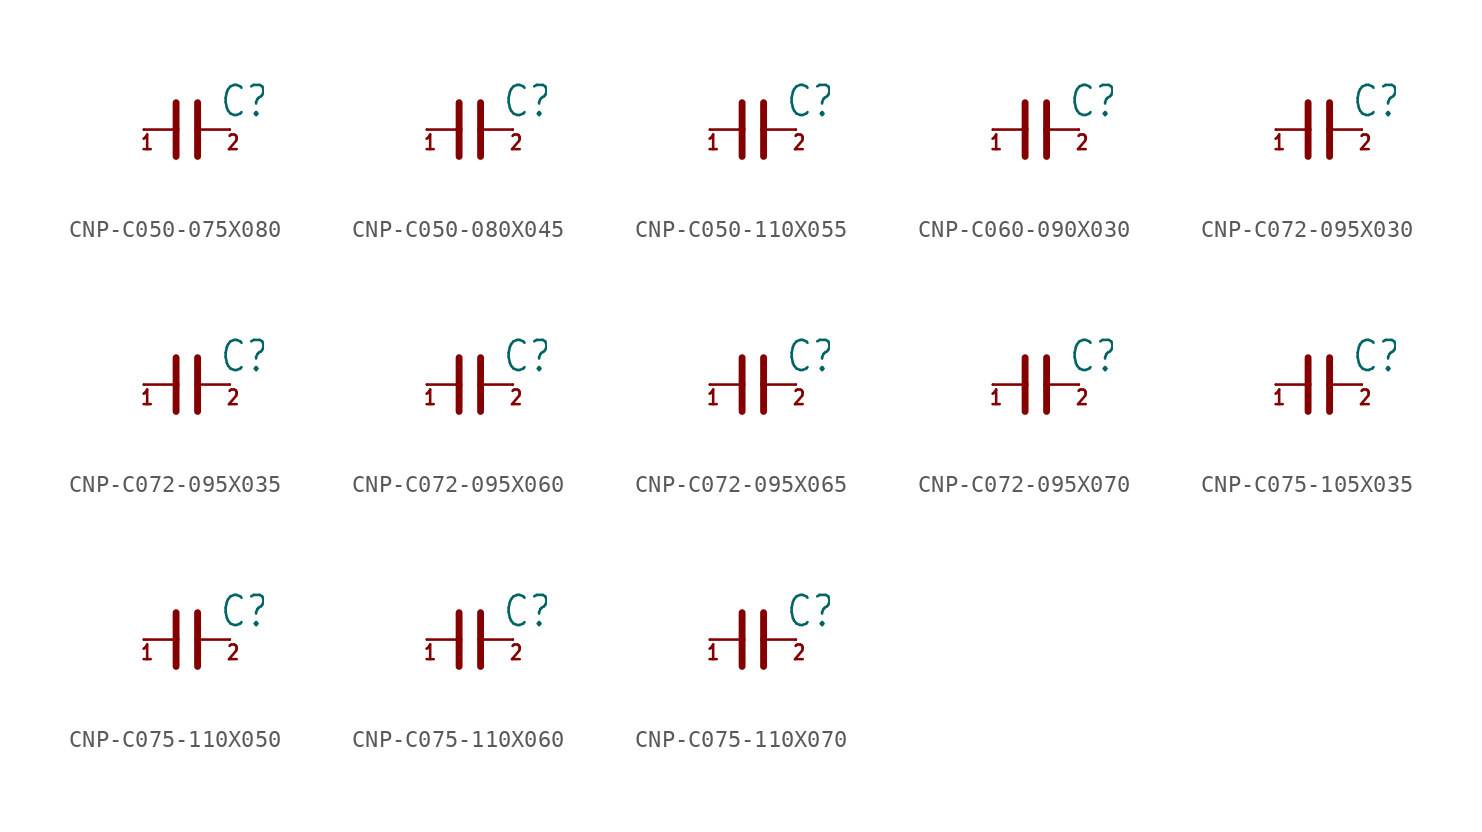
<source format=kicad_sym>
(kicad_symbol_lib
  (version 20241209)
  (generator "kicad_symbol_editor")
  (generator_version "9.0")
  (symbol "CNP-C050-075X080"
    (property "Reference" "C"
      (at 1.905 0.635 0)
      (effects (font (size 1.778 1.511)) (justify left bottom)))
    (property "Value" ""
      (at -5.08 -4.128 0)
      (effects (font (size 1.778 1.511)) (justify left bottom)))
    (property "ki_locked" ""
      (at 0 0 0)
      (effects (font (size 1.27 1.27))))
    (symbol "CNP-C050-075X080_1_0"
      (polyline (pts (xy -2.54 0) (xy -0.635 0)) (stroke (width 0.152) (type solid)) (fill (type none)))
      (polyline (pts (xy -0.635 1.587) (xy -0.635 0)) (stroke (width 0.406) (type solid)) (fill (type none)))
      (polyline (pts (xy -0.635 0) (xy -0.635 -1.587)) (stroke (width 0.406) (type solid)) (fill (type none)))
      (polyline (pts (xy 0.635 1.587) (xy 0.635 0)) (stroke (width 0.406) (type solid)) (fill (type none)))
      (polyline (pts (xy 0.635 0) (xy 0.635 -1.587)) (stroke (width 0.406) (type solid)) (fill (type none)))
      (polyline (pts (xy 2.54 0) (xy 0.635 0)) (stroke (width 0.152) (type solid)) (fill (type none)))
      (text "1" (at -2.794 -1.27 0) (effects (font (size 0.864 0.734)) (justify left bottom)))
      (text "2" (at 2.286 -1.27 0) (effects (font (size 0.864 0.734)) (justify left bottom)))
      (pin passive line (at -2.54 0 0) (length 0) (name "1" (effects (font (size 0 0)))) (number "1" (effects (font (size 0 0)))))
      (pin passive line (at 2.54 0 180) (length 0) (name "2" (effects (font (size 0 0)))) (number "2" (effects (font (size 0 0)))))))
  (symbol "CNP-C050-080X045"
    (property "Reference" "C"
      (at 1.905 0.635 0)
      (effects (font (size 1.778 1.511)) (justify left bottom)))
    (property "Value" ""
      (at -5.08 -4.128 0)
      (effects (font (size 1.778 1.511)) (justify left bottom)))
    (property "ki_locked" ""
      (at 0 0 0)
      (effects (font (size 1.27 1.27))))
    (symbol "CNP-C050-080X045_1_0"
      (polyline (pts (xy -2.54 0) (xy -0.635 0)) (stroke (width 0.152) (type solid)) (fill (type none)))
      (polyline (pts (xy -0.635 1.587) (xy -0.635 0)) (stroke (width 0.406) (type solid)) (fill (type none)))
      (polyline (pts (xy -0.635 0) (xy -0.635 -1.587)) (stroke (width 0.406) (type solid)) (fill (type none)))
      (polyline (pts (xy 0.635 1.587) (xy 0.635 0)) (stroke (width 0.406) (type solid)) (fill (type none)))
      (polyline (pts (xy 0.635 0) (xy 0.635 -1.587)) (stroke (width 0.406) (type solid)) (fill (type none)))
      (polyline (pts (xy 2.54 0) (xy 0.635 0)) (stroke (width 0.152) (type solid)) (fill (type none)))
      (text "1" (at -2.794 -1.27 0) (effects (font (size 0.864 0.734)) (justify left bottom)))
      (text "2" (at 2.286 -1.27 0) (effects (font (size 0.864 0.734)) (justify left bottom)))
      (pin passive line (at -2.54 0 0) (length 0) (name "1" (effects (font (size 0 0)))) (number "1" (effects (font (size 0 0)))))
      (pin passive line (at 2.54 0 180) (length 0) (name "2" (effects (font (size 0 0)))) (number "2" (effects (font (size 0 0)))))))
  (symbol "CNP-C050-110X055"
    (property "Reference" "C"
      (at 1.905 0.635 0)
      (effects (font (size 1.778 1.511)) (justify left bottom)))
    (property "Value" ""
      (at -5.08 -4.128 0)
      (effects (font (size 1.778 1.511)) (justify left bottom)))
    (property "ki_locked" ""
      (at 0 0 0)
      (effects (font (size 1.27 1.27))))
    (symbol "CNP-C050-110X055_1_0"
      (polyline (pts (xy -2.54 0) (xy -0.635 0)) (stroke (width 0.152) (type solid)) (fill (type none)))
      (polyline (pts (xy -0.635 1.587) (xy -0.635 0)) (stroke (width 0.406) (type solid)) (fill (type none)))
      (polyline (pts (xy -0.635 0) (xy -0.635 -1.587)) (stroke (width 0.406) (type solid)) (fill (type none)))
      (polyline (pts (xy 0.635 1.587) (xy 0.635 0)) (stroke (width 0.406) (type solid)) (fill (type none)))
      (polyline (pts (xy 0.635 0) (xy 0.635 -1.587)) (stroke (width 0.406) (type solid)) (fill (type none)))
      (polyline (pts (xy 2.54 0) (xy 0.635 0)) (stroke (width 0.152) (type solid)) (fill (type none)))
      (text "1" (at -2.794 -1.27 0) (effects (font (size 0.864 0.734)) (justify left bottom)))
      (text "2" (at 2.286 -1.27 0) (effects (font (size 0.864 0.734)) (justify left bottom)))
      (pin passive line (at -2.54 0 0) (length 0) (name "1" (effects (font (size 0 0)))) (number "1" (effects (font (size 0 0)))))
      (pin passive line (at 2.54 0 180) (length 0) (name "2" (effects (font (size 0 0)))) (number "2" (effects (font (size 0 0)))))))
  (symbol "CNP-C060-090X030"
    (property "Reference" "C"
      (at 1.905 0.635 0)
      (effects (font (size 1.778 1.511)) (justify left bottom)))
    (property "Value" ""
      (at -5.08 -4.128 0)
      (effects (font (size 1.778 1.511)) (justify left bottom)))
    (property "ki_locked" ""
      (at 0 0 0)
      (effects (font (size 1.27 1.27))))
    (symbol "CNP-C060-090X030_1_0"
      (polyline (pts (xy -2.54 0) (xy -0.635 0)) (stroke (width 0.152) (type solid)) (fill (type none)))
      (polyline (pts (xy -0.635 1.587) (xy -0.635 0)) (stroke (width 0.406) (type solid)) (fill (type none)))
      (polyline (pts (xy -0.635 0) (xy -0.635 -1.587)) (stroke (width 0.406) (type solid)) (fill (type none)))
      (polyline (pts (xy 0.635 1.587) (xy 0.635 0)) (stroke (width 0.406) (type solid)) (fill (type none)))
      (polyline (pts (xy 0.635 0) (xy 0.635 -1.587)) (stroke (width 0.406) (type solid)) (fill (type none)))
      (polyline (pts (xy 2.54 0) (xy 0.635 0)) (stroke (width 0.152) (type solid)) (fill (type none)))
      (text "1" (at -2.794 -1.27 0) (effects (font (size 0.864 0.734)) (justify left bottom)))
      (text "2" (at 2.286 -1.27 0) (effects (font (size 0.864 0.734)) (justify left bottom)))
      (pin passive line (at -2.54 0 0) (length 0) (name "1" (effects (font (size 0 0)))) (number "1" (effects (font (size 0 0)))))
      (pin passive line (at 2.54 0 180) (length 0) (name "2" (effects (font (size 0 0)))) (number "2" (effects (font (size 0 0)))))))
  (symbol "CNP-C072-095X030"
    (property "Reference" "C"
      (at 1.905 0.635 0)
      (effects (font (size 1.778 1.511)) (justify left bottom)))
    (property "Value" ""
      (at -5.08 -4.128 0)
      (effects (font (size 1.778 1.511)) (justify left bottom)))
    (property "ki_locked" ""
      (at 0 0 0)
      (effects (font (size 1.27 1.27))))
    (symbol "CNP-C072-095X030_1_0"
      (polyline (pts (xy -2.54 0) (xy -0.635 0)) (stroke (width 0.152) (type solid)) (fill (type none)))
      (polyline (pts (xy -0.635 1.587) (xy -0.635 0)) (stroke (width 0.406) (type solid)) (fill (type none)))
      (polyline (pts (xy -0.635 0) (xy -0.635 -1.587)) (stroke (width 0.406) (type solid)) (fill (type none)))
      (polyline (pts (xy 0.635 1.587) (xy 0.635 0)) (stroke (width 0.406) (type solid)) (fill (type none)))
      (polyline (pts (xy 0.635 0) (xy 0.635 -1.587)) (stroke (width 0.406) (type solid)) (fill (type none)))
      (polyline (pts (xy 2.54 0) (xy 0.635 0)) (stroke (width 0.152) (type solid)) (fill (type none)))
      (text "1" (at -2.794 -1.27 0) (effects (font (size 0.864 0.734)) (justify left bottom)))
      (text "2" (at 2.286 -1.27 0) (effects (font (size 0.864 0.734)) (justify left bottom)))
      (pin passive line (at -2.54 0 0) (length 0) (name "1" (effects (font (size 0 0)))) (number "1" (effects (font (size 0 0)))))
      (pin passive line (at 2.54 0 180) (length 0) (name "2" (effects (font (size 0 0)))) (number "2" (effects (font (size 0 0)))))))
  (symbol "CNP-C072-095X035"
    (property "Reference" "C"
      (at 1.905 0.635 0)
      (effects (font (size 1.778 1.511)) (justify left bottom)))
    (property "Value" ""
      (at -5.08 -4.128 0)
      (effects (font (size 1.778 1.511)) (justify left bottom)))
    (property "ki_locked" ""
      (at 0 0 0)
      (effects (font (size 1.27 1.27))))
    (symbol "CNP-C072-095X035_1_0"
      (polyline (pts (xy -2.54 0) (xy -0.635 0)) (stroke (width 0.152) (type solid)) (fill (type none)))
      (polyline (pts (xy -0.635 1.587) (xy -0.635 0)) (stroke (width 0.406) (type solid)) (fill (type none)))
      (polyline (pts (xy -0.635 0) (xy -0.635 -1.587)) (stroke (width 0.406) (type solid)) (fill (type none)))
      (polyline (pts (xy 0.635 1.587) (xy 0.635 0)) (stroke (width 0.406) (type solid)) (fill (type none)))
      (polyline (pts (xy 0.635 0) (xy 0.635 -1.587)) (stroke (width 0.406) (type solid)) (fill (type none)))
      (polyline (pts (xy 2.54 0) (xy 0.635 0)) (stroke (width 0.152) (type solid)) (fill (type none)))
      (text "1" (at -2.794 -1.27 0) (effects (font (size 0.864 0.734)) (justify left bottom)))
      (text "2" (at 2.286 -1.27 0) (effects (font (size 0.864 0.734)) (justify left bottom)))
      (pin passive line (at -2.54 0 0) (length 0) (name "1" (effects (font (size 0 0)))) (number "1" (effects (font (size 0 0)))))
      (pin passive line (at 2.54 0 180) (length 0) (name "2" (effects (font (size 0 0)))) (number "2" (effects (font (size 0 0)))))))
  (symbol "CNP-C072-095X060"
    (property "Reference" "C"
      (at 1.905 0.635 0)
      (effects (font (size 1.778 1.511)) (justify left bottom)))
    (property "Value" ""
      (at -5.08 -4.128 0)
      (effects (font (size 1.778 1.511)) (justify left bottom)))
    (property "ki_locked" ""
      (at 0 0 0)
      (effects (font (size 1.27 1.27))))
    (symbol "CNP-C072-095X060_1_0"
      (polyline (pts (xy -2.54 0) (xy -0.635 0)) (stroke (width 0.152) (type solid)) (fill (type none)))
      (polyline (pts (xy -0.635 1.587) (xy -0.635 0)) (stroke (width 0.406) (type solid)) (fill (type none)))
      (polyline (pts (xy -0.635 0) (xy -0.635 -1.587)) (stroke (width 0.406) (type solid)) (fill (type none)))
      (polyline (pts (xy 0.635 1.587) (xy 0.635 0)) (stroke (width 0.406) (type solid)) (fill (type none)))
      (polyline (pts (xy 0.635 0) (xy 0.635 -1.587)) (stroke (width 0.406) (type solid)) (fill (type none)))
      (polyline (pts (xy 2.54 0) (xy 0.635 0)) (stroke (width 0.152) (type solid)) (fill (type none)))
      (text "1" (at -2.794 -1.27 0) (effects (font (size 0.864 0.734)) (justify left bottom)))
      (text "2" (at 2.286 -1.27 0) (effects (font (size 0.864 0.734)) (justify left bottom)))
      (pin passive line (at -2.54 0 0) (length 0) (name "1" (effects (font (size 0 0)))) (number "1" (effects (font (size 0 0)))))
      (pin passive line (at 2.54 0 180) (length 0) (name "2" (effects (font (size 0 0)))) (number "2" (effects (font (size 0 0)))))))
  (symbol "CNP-C072-095X065"
    (property "Reference" "C"
      (at 1.905 0.635 0)
      (effects (font (size 1.778 1.511)) (justify left bottom)))
    (property "Value" ""
      (at -5.08 -4.128 0)
      (effects (font (size 1.778 1.511)) (justify left bottom)))
    (property "ki_locked" ""
      (at 0 0 0)
      (effects (font (size 1.27 1.27))))
    (symbol "CNP-C072-095X065_1_0"
      (polyline (pts (xy -2.54 0) (xy -0.635 0)) (stroke (width 0.152) (type solid)) (fill (type none)))
      (polyline (pts (xy -0.635 1.587) (xy -0.635 0)) (stroke (width 0.406) (type solid)) (fill (type none)))
      (polyline (pts (xy -0.635 0) (xy -0.635 -1.587)) (stroke (width 0.406) (type solid)) (fill (type none)))
      (polyline (pts (xy 0.635 1.587) (xy 0.635 0)) (stroke (width 0.406) (type solid)) (fill (type none)))
      (polyline (pts (xy 0.635 0) (xy 0.635 -1.587)) (stroke (width 0.406) (type solid)) (fill (type none)))
      (polyline (pts (xy 2.54 0) (xy 0.635 0)) (stroke (width 0.152) (type solid)) (fill (type none)))
      (text "1" (at -2.794 -1.27 0) (effects (font (size 0.864 0.734)) (justify left bottom)))
      (text "2" (at 2.286 -1.27 0) (effects (font (size 0.864 0.734)) (justify left bottom)))
      (pin passive line (at -2.54 0 0) (length 0) (name "1" (effects (font (size 0 0)))) (number "1" (effects (font (size 0 0)))))
      (pin passive line (at 2.54 0 180) (length 0) (name "2" (effects (font (size 0 0)))) (number "2" (effects (font (size 0 0)))))))
  (symbol "CNP-C072-095X070"
    (property "Reference" "C"
      (at 1.905 0.635 0)
      (effects (font (size 1.778 1.511)) (justify left bottom)))
    (property "Value" ""
      (at -5.08 -4.128 0)
      (effects (font (size 1.778 1.511)) (justify left bottom)))
    (property "ki_locked" ""
      (at 0 0 0)
      (effects (font (size 1.27 1.27))))
    (symbol "CNP-C072-095X070_1_0"
      (polyline (pts (xy -2.54 0) (xy -0.635 0)) (stroke (width 0.152) (type solid)) (fill (type none)))
      (polyline (pts (xy -0.635 1.587) (xy -0.635 0)) (stroke (width 0.406) (type solid)) (fill (type none)))
      (polyline (pts (xy -0.635 0) (xy -0.635 -1.587)) (stroke (width 0.406) (type solid)) (fill (type none)))
      (polyline (pts (xy 0.635 1.587) (xy 0.635 0)) (stroke (width 0.406) (type solid)) (fill (type none)))
      (polyline (pts (xy 0.635 0) (xy 0.635 -1.587)) (stroke (width 0.406) (type solid)) (fill (type none)))
      (polyline (pts (xy 2.54 0) (xy 0.635 0)) (stroke (width 0.152) (type solid)) (fill (type none)))
      (text "1" (at -2.794 -1.27 0) (effects (font (size 0.864 0.734)) (justify left bottom)))
      (text "2" (at 2.286 -1.27 0) (effects (font (size 0.864 0.734)) (justify left bottom)))
      (pin passive line (at -2.54 0 0) (length 0) (name "1" (effects (font (size 0 0)))) (number "1" (effects (font (size 0 0)))))
      (pin passive line (at 2.54 0 180) (length 0) (name "2" (effects (font (size 0 0)))) (number "2" (effects (font (size 0 0)))))))
  (symbol "CNP-C075-105X035"
    (property "Reference" "C"
      (at 1.905 0.635 0)
      (effects (font (size 1.778 1.511)) (justify left bottom)))
    (property "Value" ""
      (at -5.08 -4.128 0)
      (effects (font (size 1.778 1.511)) (justify left bottom)))
    (property "ki_locked" ""
      (at 0 0 0)
      (effects (font (size 1.27 1.27))))
    (symbol "CNP-C075-105X035_1_0"
      (polyline (pts (xy -2.54 0) (xy -0.635 0)) (stroke (width 0.152) (type solid)) (fill (type none)))
      (polyline (pts (xy -0.635 1.587) (xy -0.635 0)) (stroke (width 0.406) (type solid)) (fill (type none)))
      (polyline (pts (xy -0.635 0) (xy -0.635 -1.587)) (stroke (width 0.406) (type solid)) (fill (type none)))
      (polyline (pts (xy 0.635 1.587) (xy 0.635 0)) (stroke (width 0.406) (type solid)) (fill (type none)))
      (polyline (pts (xy 0.635 0) (xy 0.635 -1.587)) (stroke (width 0.406) (type solid)) (fill (type none)))
      (polyline (pts (xy 2.54 0) (xy 0.635 0)) (stroke (width 0.152) (type solid)) (fill (type none)))
      (text "1" (at -2.794 -1.27 0) (effects (font (size 0.864 0.734)) (justify left bottom)))
      (text "2" (at 2.286 -1.27 0) (effects (font (size 0.864 0.734)) (justify left bottom)))
      (pin passive line (at -2.54 0 0) (length 0) (name "1" (effects (font (size 0 0)))) (number "1" (effects (font (size 0 0)))))
      (pin passive line (at 2.54 0 180) (length 0) (name "2" (effects (font (size 0 0)))) (number "2" (effects (font (size 0 0)))))))
  (symbol "CNP-C075-110X050"
    (property "Reference" "C"
      (at 1.905 0.635 0)
      (effects (font (size 1.778 1.511)) (justify left bottom)))
    (property "Value" ""
      (at -5.08 -4.128 0)
      (effects (font (size 1.778 1.511)) (justify left bottom)))
    (property "ki_locked" ""
      (at 0 0 0)
      (effects (font (size 1.27 1.27))))
    (symbol "CNP-C075-110X050_1_0"
      (polyline (pts (xy -2.54 0) (xy -0.635 0)) (stroke (width 0.152) (type solid)) (fill (type none)))
      (polyline (pts (xy -0.635 1.587) (xy -0.635 0)) (stroke (width 0.406) (type solid)) (fill (type none)))
      (polyline (pts (xy -0.635 0) (xy -0.635 -1.587)) (stroke (width 0.406) (type solid)) (fill (type none)))
      (polyline (pts (xy 0.635 1.587) (xy 0.635 0)) (stroke (width 0.406) (type solid)) (fill (type none)))
      (polyline (pts (xy 0.635 0) (xy 0.635 -1.587)) (stroke (width 0.406) (type solid)) (fill (type none)))
      (polyline (pts (xy 2.54 0) (xy 0.635 0)) (stroke (width 0.152) (type solid)) (fill (type none)))
      (text "1" (at -2.794 -1.27 0) (effects (font (size 0.864 0.734)) (justify left bottom)))
      (text "2" (at 2.286 -1.27 0) (effects (font (size 0.864 0.734)) (justify left bottom)))
      (pin passive line (at -2.54 0 0) (length 0) (name "1" (effects (font (size 0 0)))) (number "1" (effects (font (size 0 0)))))
      (pin passive line (at 2.54 0 180) (length 0) (name "2" (effects (font (size 0 0)))) (number "2" (effects (font (size 0 0)))))))
  (symbol "CNP-C075-110X060"
    (property "Reference" "C"
      (at 1.905 0.635 0)
      (effects (font (size 1.778 1.511)) (justify left bottom)))
    (property "Value" ""
      (at -5.08 -4.128 0)
      (effects (font (size 1.778 1.511)) (justify left bottom)))
    (property "ki_locked" ""
      (at 0 0 0)
      (effects (font (size 1.27 1.27))))
    (symbol "CNP-C075-110X060_1_0"
      (polyline (pts (xy -2.54 0) (xy -0.635 0)) (stroke (width 0.152) (type solid)) (fill (type none)))
      (polyline (pts (xy -0.635 1.587) (xy -0.635 0)) (stroke (width 0.406) (type solid)) (fill (type none)))
      (polyline (pts (xy -0.635 0) (xy -0.635 -1.587)) (stroke (width 0.406) (type solid)) (fill (type none)))
      (polyline (pts (xy 0.635 1.587) (xy 0.635 0)) (stroke (width 0.406) (type solid)) (fill (type none)))
      (polyline (pts (xy 0.635 0) (xy 0.635 -1.587)) (stroke (width 0.406) (type solid)) (fill (type none)))
      (polyline (pts (xy 2.54 0) (xy 0.635 0)) (stroke (width 0.152) (type solid)) (fill (type none)))
      (text "1" (at -2.794 -1.27 0) (effects (font (size 0.864 0.734)) (justify left bottom)))
      (text "2" (at 2.286 -1.27 0) (effects (font (size 0.864 0.734)) (justify left bottom)))
      (pin passive line (at -2.54 0 0) (length 0) (name "1" (effects (font (size 0 0)))) (number "1" (effects (font (size 0 0)))))
      (pin passive line (at 2.54 0 180) (length 0) (name "2" (effects (font (size 0 0)))) (number "2" (effects (font (size 0 0)))))))
  (symbol "CNP-C075-110X070"
    (property "Reference" "C"
      (at 1.905 0.635 0)
      (effects (font (size 1.778 1.511)) (justify left bottom)))
    (property "Value" ""
      (at -5.08 -4.128 0)
      (effects (font (size 1.778 1.511)) (justify left bottom)))
    (property "ki_locked" ""
      (at 0 0 0)
      (effects (font (size 1.27 1.27))))
    (symbol "CNP-C075-110X070_1_0"
      (polyline (pts (xy -2.54 0) (xy -0.635 0)) (stroke (width 0.152) (type solid)) (fill (type none)))
      (polyline (pts (xy -0.635 1.587) (xy -0.635 0)) (stroke (width 0.406) (type solid)) (fill (type none)))
      (polyline (pts (xy -0.635 0) (xy -0.635 -1.587)) (stroke (width 0.406) (type solid)) (fill (type none)))
      (polyline (pts (xy 0.635 1.587) (xy 0.635 0)) (stroke (width 0.406) (type solid)) (fill (type none)))
      (polyline (pts (xy 0.635 0) (xy 0.635 -1.587)) (stroke (width 0.406) (type solid)) (fill (type none)))
      (polyline (pts (xy 2.54 0) (xy 0.635 0)) (stroke (width 0.152) (type solid)) (fill (type none)))
      (text "1" (at -2.794 -1.27 0) (effects (font (size 0.864 0.734)) (justify left bottom)))
      (text "2" (at 2.286 -1.27 0) (effects (font (size 0.864 0.734)) (justify left bottom)))
      (pin passive line (at -2.54 0 0) (length 0) (name "1" (effects (font (size 0 0)))) (number "1" (effects (font (size 0 0)))))
      (pin passive line (at 2.54 0 180) (length 0) (name "2" (effects (font (size 0 0)))) (number "2" (effects (font (size 0 0))))))))
</source>
